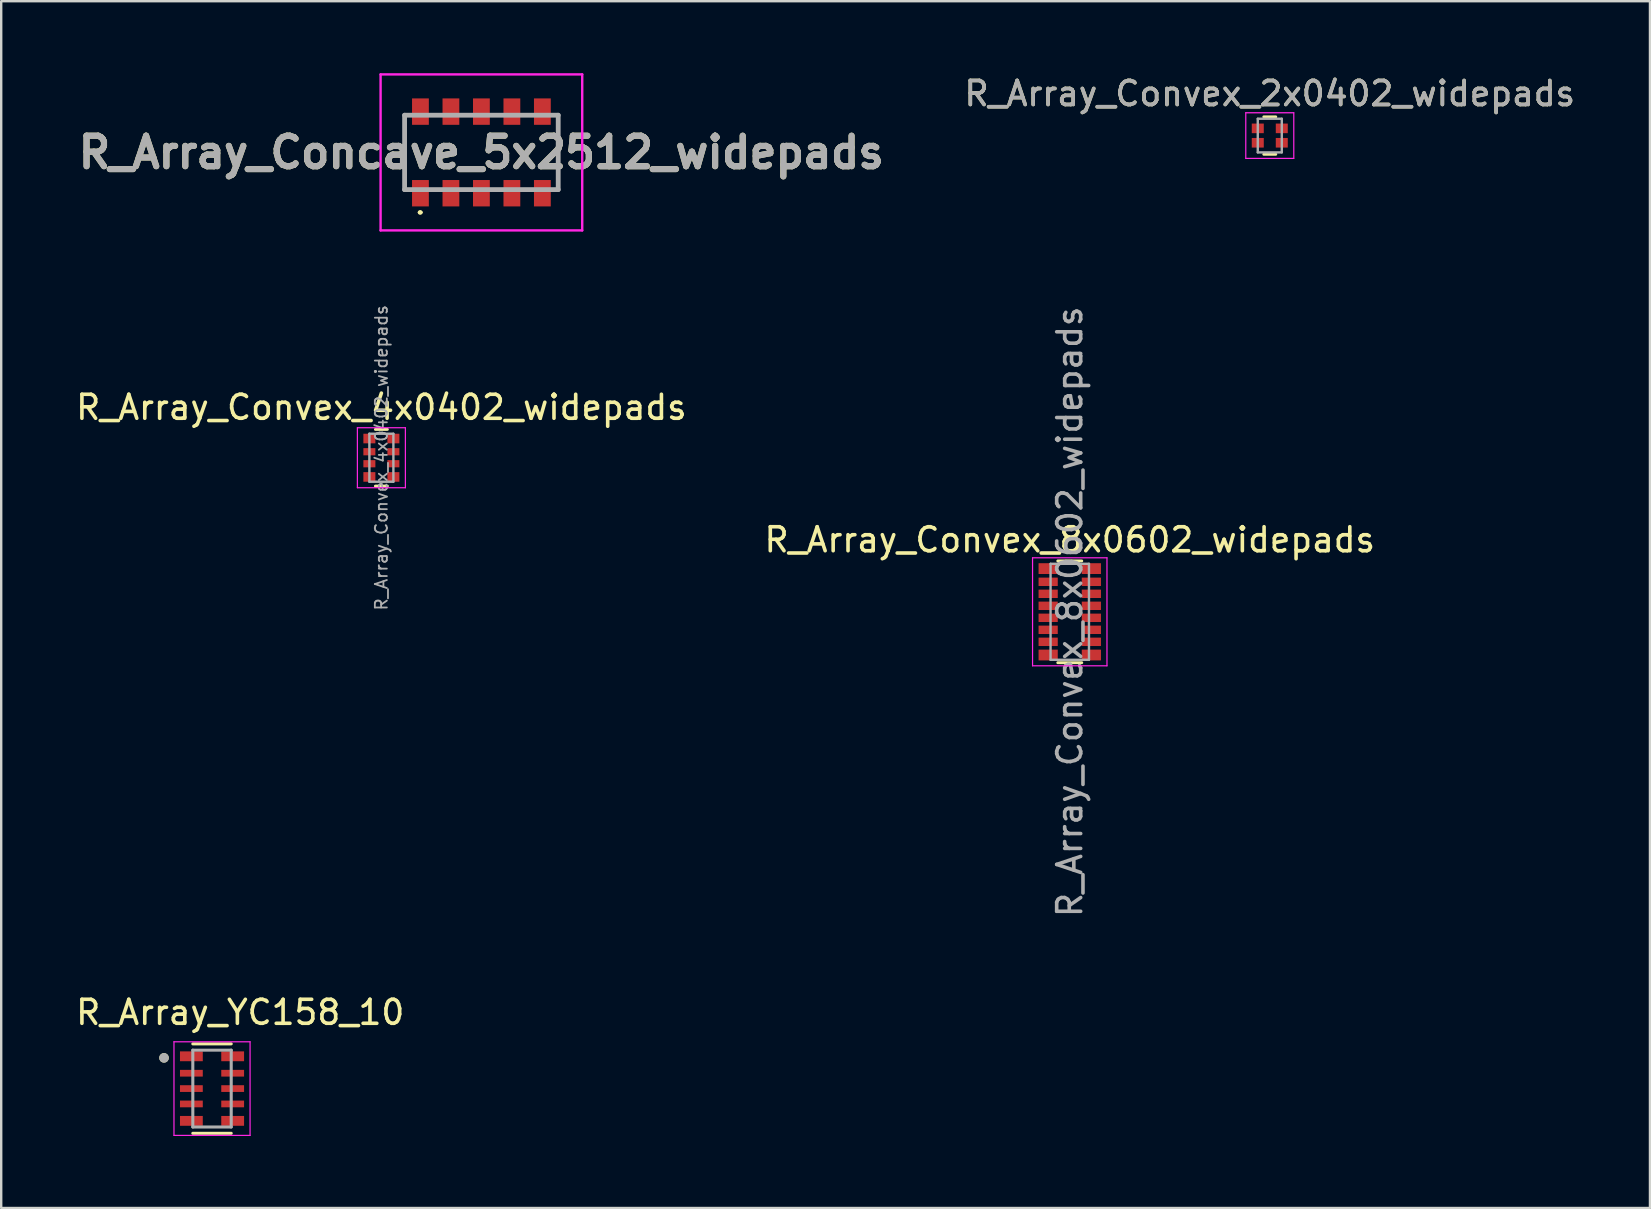
<source format=kicad_pcb>
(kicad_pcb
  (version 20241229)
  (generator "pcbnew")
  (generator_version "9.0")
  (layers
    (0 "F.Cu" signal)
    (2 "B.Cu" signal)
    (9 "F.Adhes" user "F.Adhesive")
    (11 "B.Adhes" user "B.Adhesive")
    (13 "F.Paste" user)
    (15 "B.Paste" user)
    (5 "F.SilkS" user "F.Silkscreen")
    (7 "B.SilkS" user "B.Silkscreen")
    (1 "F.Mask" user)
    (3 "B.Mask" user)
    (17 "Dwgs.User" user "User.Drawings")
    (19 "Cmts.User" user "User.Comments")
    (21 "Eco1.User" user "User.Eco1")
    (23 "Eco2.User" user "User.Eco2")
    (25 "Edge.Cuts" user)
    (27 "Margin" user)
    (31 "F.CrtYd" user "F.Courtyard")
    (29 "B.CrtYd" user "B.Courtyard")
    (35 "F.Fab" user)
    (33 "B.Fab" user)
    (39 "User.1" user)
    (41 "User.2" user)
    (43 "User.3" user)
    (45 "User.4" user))
  (footprint "R_Array_Convex_8x0602_widepads"
    (layer "F.Cu")
    (at 41.518 22.439)
    (property "Reference" "R_Array_Convex_8x0602_widepads" (at 0 -3 0) (layer "F.SilkS") (effects (font (size 1 1) (thickness 0.15))))
    (attr smd)
    (fp_line (start 0.5 -2.12) (end -0.5 -2.12) (stroke (width 0.12) (type solid)) (layer "F.SilkS"))
    (fp_line (start 0.5 2.12) (end -0.5 2.12) (stroke (width 0.12) (type solid)) (layer "F.SilkS"))
    (fp_line (start -1.55 -2.25) (end -1.55 2.25) (stroke (width 0.05) (type solid)) (layer "F.CrtYd"))
    (fp_line (start -1.55 -2.25) (end 1.55 -2.25) (stroke (width 0.05) (type solid)) (layer "F.CrtYd"))
    (fp_line (start 1.55 2.25) (end -1.55 2.25) (stroke (width 0.05) (type solid)) (layer "F.CrtYd"))
    (fp_line (start 1.55 2.25) (end 1.55 -2.25) (stroke (width 0.05) (type solid)) (layer "F.CrtYd"))
    (fp_line (start -0.8 -2) (end -0.8 2) (stroke (width 0.1) (type solid)) (layer "F.Fab"))
    (fp_line (start -0.8 2) (end 0.8 2) (stroke (width 0.1) (type solid)) (layer "F.Fab"))
    (fp_line (start 0.8 -2) (end -0.8 -2) (stroke (width 0.1) (type solid)) (layer "F.Fab"))
    (fp_line (start 0.8 2) (end 0.8 -2) (stroke (width 0.1) (type solid)) (layer "F.Fab"))
    (fp_text user "${REFERENCE}" (at 0 0 90) (layer "F.Fab") (effects (font (size 1 1) (thickness 0.15))))
    (pad "1" smd rect (at -0.9 -1.8) (size 0.8 0.45) (layers "F.Cu" "F.Mask" "F.Paste"))
    (pad "2" smd rect (at -0.9 -1.25) (size 0.8 0.35) (layers "F.Cu" "F.Mask" "F.Paste"))
    (pad "3" smd rect (at -0.9 -0.75) (size 0.8 0.35) (layers "F.Cu" "F.Mask" "F.Paste"))
    (pad "4" smd rect (at -0.9 -0.25) (size 0.8 0.35) (layers "F.Cu" "F.Mask" "F.Paste"))
    (pad "5" smd rect (at -0.9 0.25) (size 0.8 0.35) (layers "F.Cu" "F.Mask" "F.Paste"))
    (pad "6" smd rect (at -0.9 0.75) (size 0.8 0.35) (layers "F.Cu" "F.Mask" "F.Paste"))
    (pad "7" smd rect (at -0.9 1.25) (size 0.8 0.35) (layers "F.Cu" "F.Mask" "F.Paste"))
    (pad "8" smd rect (at -0.9 1.8) (size 0.8 0.45) (layers "F.Cu" "F.Mask" "F.Paste"))
    (pad "9" smd rect (at 0.9 1.8) (size 0.8 0.45) (layers "F.Cu" "F.Mask" "F.Paste"))
    (pad "10" smd rect (at 0.9 1.25) (size 0.8 0.35) (layers "F.Cu" "F.Mask" "F.Paste"))
    (pad "11" smd rect (at 0.9 0.75) (size 0.8 0.35) (layers "F.Cu" "F.Mask" "F.Paste"))
    (pad "12" smd rect (at 0.9 0.25) (size 0.8 0.35) (layers "F.Cu" "F.Mask" "F.Paste"))
    (pad "13" smd rect (at 0.9 -0.25) (size 0.8 0.35) (layers "F.Cu" "F.Mask" "F.Paste"))
    (pad "14" smd rect (at 0.9 -0.75) (size 0.8 0.35) (layers "F.Cu" "F.Mask" "F.Paste"))
    (pad "15" smd rect (at 0.9 -1.25) (size 0.8 0.35) (layers "F.Cu" "F.Mask" "F.Paste"))
    (pad "16" smd rect (at 0.9 -1.8) (size 0.8 0.45) (layers "F.Cu" "F.Mask" "F.Paste")))
  (footprint "R_Array_Concave_5x2512_widepads"
    (layer "F.Cu")
    (at 17.006 3.3)
    (property "Reference" "R_Array_Concave_5x2512_widepads" (at 0 0 0) (layer "F.SilkS") (effects (font (size 1.27 1.27) (thickness 0.254))))
    (attr smd)
    (fp_line (start -3.2 -1.55) (end -3.2 1.55) (stroke (width 0.1) (type solid)) (layer "F.SilkS"))
    (fp_line (start -2.6 2.5) (end -2.6 2.5) (stroke (width 0.1) (type solid)) (layer "F.SilkS"))
    (fp_line (start -2.5 2.5) (end -2.5 2.5) (stroke (width 0.1) (type solid)) (layer "F.SilkS"))
    (fp_line (start 3.2 -1.55) (end 3.2 1.55) (stroke (width 0.1) (type solid)) (layer "F.SilkS"))
    (fp_arc (start -2.6 2.5) (mid -2.55 2.45) (end -2.5 2.5) (stroke (width 0.1) (type solid)) (layer "F.SilkS"))
    (fp_arc (start -2.5 2.5) (mid -2.55 2.55) (end -2.6 2.5) (stroke (width 0.1) (type solid)) (layer "F.SilkS"))
    (fp_line (start -4.2 -3.25) (end 4.2 -3.25) (stroke (width 0.1) (type solid)) (layer "F.CrtYd"))
    (fp_line (start -4.2 3.25) (end -4.2 -3.25) (stroke (width 0.1) (type solid)) (layer "F.CrtYd"))
    (fp_line (start 4.2 -3.25) (end 4.2 3.25) (stroke (width 0.1) (type solid)) (layer "F.CrtYd"))
    (fp_line (start 4.2 3.25) (end -4.2 3.25) (stroke (width 0.1) (type solid)) (layer "F.CrtYd"))
    (fp_line (start -3.2 -1.55) (end 3.2 -1.55) (stroke (width 0.2) (type solid)) (layer "F.Fab"))
    (fp_line (start -3.2 1.55) (end -3.2 -1.55) (stroke (width 0.2) (type solid)) (layer "F.Fab"))
    (fp_line (start 3.2 -1.55) (end 3.2 1.55) (stroke (width 0.2) (type solid)) (layer "F.Fab"))
    (fp_line (start 3.2 1.55) (end -3.2 1.55) (stroke (width 0.2) (type solid)) (layer "F.Fab"))
    (fp_text user "${REFERENCE}" (at 0 0 0) (layer "F.Fab") (effects (font (size 1.27 1.27) (thickness 0.254))))
    (pad "1" smd rect (at -2.54 1.7) (size 0.7 1.1) (layers "F.Cu" "F.Mask" "F.Paste"))
    (pad "2" smd rect (at -1.27 1.7) (size 0.7 1.1) (layers "F.Cu" "F.Mask" "F.Paste"))
    (pad "3" smd rect (at 0 1.7) (size 0.7 1.1) (layers "F.Cu" "F.Mask" "F.Paste"))
    (pad "4" smd rect (at 1.27 1.7) (size 0.7 1.1) (layers "F.Cu" "F.Mask" "F.Paste"))
    (pad "5" smd rect (at 2.54 1.7) (size 0.7 1.1) (layers "F.Cu" "F.Mask" "F.Paste"))
    (pad "6" smd rect (at 2.54 -1.7) (size 0.7 1.1) (layers "F.Cu" "F.Mask" "F.Paste"))
    (pad "7" smd rect (at 1.27 -1.7) (size 0.7 1.1) (layers "F.Cu" "F.Mask" "F.Paste"))
    (pad "8" smd rect (at 0 -1.7) (size 0.7 1.1) (layers "F.Cu" "F.Mask" "F.Paste"))
    (pad "9" smd rect (at -1.27 -1.7) (size 0.7 1.1) (layers "F.Cu" "F.Mask" "F.Paste"))
    (pad "10" smd rect (at -2.54 -1.7) (size 0.7 1.1) (layers "F.Cu" "F.Mask" "F.Paste")))
  (footprint "R_Array_Convex_2x0402_widepads"
    (layer "F.Cu")
    (at 49.851 2.598)
    (property "Reference" "R_Array_Convex_2x0402_widepads" (at 0 -1.75 0) (layer "F.SilkS") (effects (font (size 1 1) (thickness 0.15))))
    (attr smd)
    (fp_line (start 0.25 -0.78) (end -0.25 -0.78) (stroke (width 0.12) (type solid)) (layer "F.SilkS"))
    (fp_line (start 0.25 0.78) (end -0.25 0.78) (stroke (width 0.12) (type solid)) (layer "F.SilkS"))
    (fp_line (start -1 -0.95) (end -1 0.95) (stroke (width 0.05) (type solid)) (layer "F.CrtYd"))
    (fp_line (start -1 -0.95) (end 1 -0.95) (stroke (width 0.05) (type solid)) (layer "F.CrtYd"))
    (fp_line (start 1 0.95) (end -1 0.95) (stroke (width 0.05) (type solid)) (layer "F.CrtYd"))
    (fp_line (start 1 0.95) (end 1 -0.95) (stroke (width 0.05) (type solid)) (layer "F.CrtYd"))
    (fp_line (start -0.5 -0.7) (end -0.5 0.7) (stroke (width 0.1) (type solid)) (layer "F.Fab"))
    (fp_line (start -0.5 0.7) (end 0.5 0.7) (stroke (width 0.1) (type solid)) (layer "F.Fab"))
    (fp_line (start 0.5 -0.7) (end -0.5 -0.7) (stroke (width 0.1) (type solid)) (layer "F.Fab"))
    (fp_line (start 0.5 0.7) (end 0.5 -0.7) (stroke (width 0.1) (type solid)) (layer "F.Fab"))
    (fp_text user "${REFERENCE}" (at 0 -1.75 0) (layer "F.Fab") (effects (font (size 1 1) (thickness 0.15))))
    (pad "1" smd rect (at -0.5 -0.3) (size 0.5 0.4) (layers "F.Cu" "F.Mask" "F.Paste"))
    (pad "2" smd rect (at -0.5 0.3) (size 0.5 0.4) (layers "F.Cu" "F.Mask" "F.Paste"))
    (pad "3" smd rect (at 0.5 0.3) (size 0.5 0.4) (layers "F.Cu" "F.Mask" "F.Paste"))
    (pad "4" smd rect (at 0.5 -0.3) (size 0.5 0.4) (layers "F.Cu" "F.Mask" "F.Paste")))
  (footprint "R_Array_Convex_4x0402_widepads"
    (layer "F.Cu")
    (at 12.839 16.02)
    (property "Reference" "R_Array_Convex_4x0402_widepads" (at 0 -2.1 0) (layer "F.SilkS") (effects (font (size 1 1) (thickness 0.15))))
    (attr smd)
    (fp_line (start 0.25 -1.18) (end -0.25 -1.18) (stroke (width 0.12) (type solid)) (layer "F.SilkS"))
    (fp_line (start 0.25 1.18) (end -0.25 1.18) (stroke (width 0.12) (type solid)) (layer "F.SilkS"))
    (fp_line (start -1 -1.25) (end -1 1.25) (stroke (width 0.05) (type solid)) (layer "F.CrtYd"))
    (fp_line (start -1 -1.25) (end 1 -1.25) (stroke (width 0.05) (type solid)) (layer "F.CrtYd"))
    (fp_line (start 1 1.25) (end -1 1.25) (stroke (width 0.05) (type solid)) (layer "F.CrtYd"))
    (fp_line (start 1 1.25) (end 1 -1.25) (stroke (width 0.05) (type solid)) (layer "F.CrtYd"))
    (fp_line (start -0.5 -1) (end 0.5 -1) (stroke (width 0.1) (type solid)) (layer "F.Fab"))
    (fp_line (start -0.5 1) (end -0.5 -1) (stroke (width 0.1) (type solid)) (layer "F.Fab"))
    (fp_line (start 0.5 -1) (end 0.5 1) (stroke (width 0.1) (type solid)) (layer "F.Fab"))
    (fp_line (start 0.5 1) (end -0.5 1) (stroke (width 0.1) (type solid)) (layer "F.Fab"))
    (fp_text user "${REFERENCE}" (at 0 0 90) (layer "F.Fab") (effects (font (size 0.5 0.5) (thickness 0.075))))
    (pad "1" smd rect (at -0.5 -0.8) (size 0.5 0.4) (layers "F.Cu" "F.Mask" "F.Paste"))
    (pad "2" smd rect (at -0.5 -0.25) (size 0.5 0.3) (layers "F.Cu" "F.Mask" "F.Paste"))
    (pad "3" smd rect (at -0.5 0.25) (size 0.5 0.3) (layers "F.Cu" "F.Mask" "F.Paste"))
    (pad "4" smd rect (at -0.5 0.8) (size 0.5 0.4) (layers "F.Cu" "F.Mask" "F.Paste"))
    (pad "5" smd rect (at 0.5 0.8) (size 0.5 0.4) (layers "F.Cu" "F.Mask" "F.Paste"))
    (pad "6" smd rect (at 0.5 0.25) (size 0.5 0.3) (layers "F.Cu" "F.Mask" "F.Paste"))
    (pad "7" smd rect (at 0.5 -0.25) (size 0.5 0.3) (layers "F.Cu" "F.Mask" "F.Paste"))
    (pad "8" smd rect (at 0.5 -0.8) (size 0.5 0.4) (layers "F.Cu" "F.Mask" "F.Paste")))
  (footprint "R_Array_YC158_10"
    (layer "F.Cu")
    (at 5.783 42.302)
    (property "Reference" "R_Array_YC158_10" (at 1.175 -3.175 0) (layer "F.SilkS") (effects (font (size 1 1) (thickness 0.15))))
    (attr smd)
    (fp_line (start -0.8 1.863) (end 0.8 1.863) (stroke (width 0.127) (type solid)) (layer "F.SilkS"))
    (fp_line (start 0.8 -1.863) (end -0.8 -1.863) (stroke (width 0.127) (type solid)) (layer "F.SilkS"))
    (fp_circle (center -2 -1.28) (end -1.9 -1.28) (stroke (width 0.2) (type solid)) (fill no) (layer "F.SilkS"))
    (fp_line (start -1.585 -1.95) (end -1.585 1.95) (stroke (width 0.05) (type solid)) (layer "F.CrtYd"))
    (fp_line (start -1.585 1.95) (end 1.585 1.95) (stroke (width 0.05) (type solid)) (layer "F.CrtYd"))
    (fp_line (start 1.585 -1.95) (end -1.585 -1.95) (stroke (width 0.05) (type solid)) (layer "F.CrtYd"))
    (fp_line (start 1.585 1.95) (end 1.585 -1.95) (stroke (width 0.05) (type solid)) (layer "F.CrtYd"))
    (fp_line (start -0.8 -1.6) (end -0.8 1.6) (stroke (width 0.127) (type solid)) (layer "F.Fab"))
    (fp_line (start -0.8 1.6) (end 0.8 1.6) (stroke (width 0.127) (type solid)) (layer "F.Fab"))
    (fp_line (start 0.8 -1.6) (end -0.8 -1.6) (stroke (width 0.127) (type solid)) (layer "F.Fab"))
    (fp_line (start 0.8 1.6) (end 0.8 -1.6) (stroke (width 0.127) (type solid)) (layer "F.Fab"))
    (fp_circle (center -2 -1.28) (end -1.9 -1.28) (stroke (width 0.2) (type solid)) (fill no) (layer "F.Fab"))
    (pad "1" smd rect (at -0.86 -1.345) (size 0.95 0.41) (layers "F.Cu" "F.Paste"))
    (pad "2" smd rect (at -0.86 -0.64) (size 0.95 0.28) (layers "F.Cu" "F.Paste"))
    (pad "3" smd rect (at -0.86 0) (size 0.95 0.28) (layers "F.Cu" "F.Paste"))
    (pad "4" smd rect (at -0.86 0.64) (size 0.95 0.28) (layers "F.Cu" "F.Paste"))
    (pad "5" smd rect (at -0.86 1.345) (size 0.95 0.41) (layers "F.Cu" "F.Paste"))
    (pad "6" smd rect (at 0.86 1.345) (size 0.95 0.41) (layers "F.Cu" "F.Paste"))
    (pad "7" smd rect (at 0.86 0.64) (size 0.95 0.28) (layers "F.Cu" "F.Paste"))
    (pad "8" smd rect (at 0.86 0) (size 0.95 0.28) (layers "F.Cu" "F.Paste"))
    (pad "9" smd rect (at 0.86 -0.64) (size 0.95 0.28) (layers "F.Cu" "F.Paste"))
    (pad "10" smd rect (at 0.86 -1.345) (size 0.95 0.41) (layers "F.Cu" "F.Paste")))
  (gr_rect
    (start -3 -3)
    (end 65.69 47.277)
    (stroke (width 0.1) (type default))
    (fill no)
    (layer "Edge.Cuts")))
</source>
